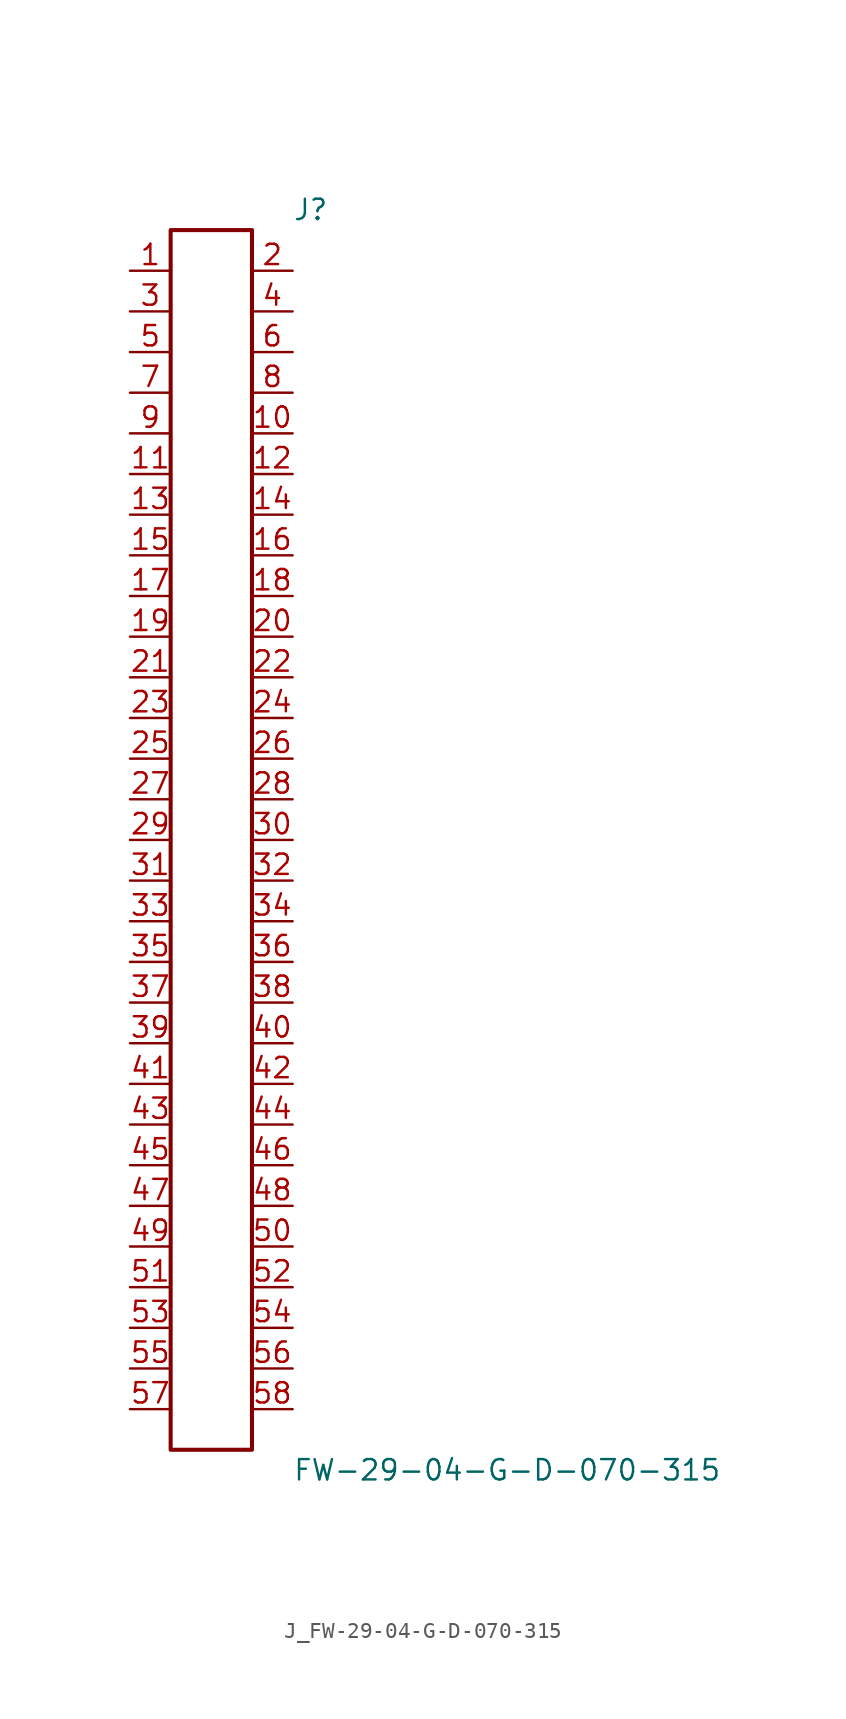
<source format=kicad_sym>
(kicad_symbol_lib
  (version 20231120)
  (generator kicad_symbol_editor)
  (generator_version 8.0)
  (symbol "J_FW-29-04-G-D-070-315"
    (pin_names
      (offset 0.254))
    (property "Reference" "J"
      (at 5.08 39.37 0)
      (effects (font (size 1.27 1.27)) (justify left)))
    (property "Value" "FW-29-04-G-D-070-315"
      (at 5.08 -39.37 0)
      (effects (font (size 1.27 1.27)) (justify left)))
    (symbol "J_FW-29-04-G-D-070-315_0_0"
      (pin passive line (at -5.08 35.56 0) (length 2.54) (name "" (effects (font (size 1.27 1.27)))) (number "1" (effects (font (size 1.27 1.27)))))
      (pin passive line (at 5.08 35.56 180) (length 2.54) (name "" (effects (font (size 1.27 1.27)))) (number "2" (effects (font (size 1.27 1.27)))))
      (pin passive line (at -5.08 33.02 0) (length 2.54) (name "" (effects (font (size 1.27 1.27)))) (number "3" (effects (font (size 1.27 1.27)))))
      (pin passive line (at 5.08 33.02 180) (length 2.54) (name "" (effects (font (size 1.27 1.27)))) (number "4" (effects (font (size 1.27 1.27)))))
      (pin passive line (at -5.08 30.48 0) (length 2.54) (name "" (effects (font (size 1.27 1.27)))) (number "5" (effects (font (size 1.27 1.27)))))
      (pin passive line (at 5.08 30.48 180) (length 2.54) (name "" (effects (font (size 1.27 1.27)))) (number "6" (effects (font (size 1.27 1.27)))))
      (pin passive line (at -5.08 27.94 0) (length 2.54) (name "" (effects (font (size 1.27 1.27)))) (number "7" (effects (font (size 1.27 1.27)))))
      (pin passive line (at 5.08 27.94 180) (length 2.54) (name "" (effects (font (size 1.27 1.27)))) (number "8" (effects (font (size 1.27 1.27)))))
      (pin passive line (at -5.08 25.4 0) (length 2.54) (name "" (effects (font (size 1.27 1.27)))) (number "9" (effects (font (size 1.27 1.27)))))
      (pin passive line (at 5.08 25.4 180) (length 2.54) (name "" (effects (font (size 1.27 1.27)))) (number "10" (effects (font (size 1.27 1.27)))))
      (pin passive line (at -5.08 22.86 0) (length 2.54) (name "" (effects (font (size 1.27 1.27)))) (number "11" (effects (font (size 1.27 1.27)))))
      (pin passive line (at 5.08 22.86 180) (length 2.54) (name "" (effects (font (size 1.27 1.27)))) (number "12" (effects (font (size 1.27 1.27)))))
      (pin passive line (at -5.08 20.32 0) (length 2.54) (name "" (effects (font (size 1.27 1.27)))) (number "13" (effects (font (size 1.27 1.27)))))
      (pin passive line (at 5.08 20.32 180) (length 2.54) (name "" (effects (font (size 1.27 1.27)))) (number "14" (effects (font (size 1.27 1.27)))))
      (pin passive line (at -5.08 17.78 0) (length 2.54) (name "" (effects (font (size 1.27 1.27)))) (number "15" (effects (font (size 1.27 1.27)))))
      (pin passive line (at 5.08 17.78 180) (length 2.54) (name "" (effects (font (size 1.27 1.27)))) (number "16" (effects (font (size 1.27 1.27)))))
      (pin passive line (at -5.08 15.24 0) (length 2.54) (name "" (effects (font (size 1.27 1.27)))) (number "17" (effects (font (size 1.27 1.27)))))
      (pin passive line (at 5.08 15.24 180) (length 2.54) (name "" (effects (font (size 1.27 1.27)))) (number "18" (effects (font (size 1.27 1.27)))))
      (pin passive line (at -5.08 12.7 0) (length 2.54) (name "" (effects (font (size 1.27 1.27)))) (number "19" (effects (font (size 1.27 1.27)))))
      (pin passive line (at 5.08 12.7 180) (length 2.54) (name "" (effects (font (size 1.27 1.27)))) (number "20" (effects (font (size 1.27 1.27)))))
      (pin passive line (at -5.08 10.16 0) (length 2.54) (name "" (effects (font (size 1.27 1.27)))) (number "21" (effects (font (size 1.27 1.27)))))
      (pin passive line (at 5.08 10.16 180) (length 2.54) (name "" (effects (font (size 1.27 1.27)))) (number "22" (effects (font (size 1.27 1.27)))))
      (pin passive line (at -5.08 7.62 0) (length 2.54) (name "" (effects (font (size 1.27 1.27)))) (number "23" (effects (font (size 1.27 1.27)))))
      (pin passive line (at 5.08 7.62 180) (length 2.54) (name "" (effects (font (size 1.27 1.27)))) (number "24" (effects (font (size 1.27 1.27)))))
      (pin passive line (at -5.08 5.08 0) (length 2.54) (name "" (effects (font (size 1.27 1.27)))) (number "25" (effects (font (size 1.27 1.27)))))
      (pin passive line (at 5.08 5.08 180) (length 2.54) (name "" (effects (font (size 1.27 1.27)))) (number "26" (effects (font (size 1.27 1.27)))))
      (pin passive line (at -5.08 2.54 0) (length 2.54) (name "" (effects (font (size 1.27 1.27)))) (number "27" (effects (font (size 1.27 1.27)))))
      (pin passive line (at 5.08 2.54 180) (length 2.54) (name "" (effects (font (size 1.27 1.27)))) (number "28" (effects (font (size 1.27 1.27)))))
      (pin passive line (at -5.08 0.0 0) (length 2.54) (name "" (effects (font (size 1.27 1.27)))) (number "29" (effects (font (size 1.27 1.27)))))
      (pin passive line (at 5.08 0.0 180) (length 2.54) (name "" (effects (font (size 1.27 1.27)))) (number "30" (effects (font (size 1.27 1.27)))))
      (pin passive line (at -5.08 -2.54 0) (length 2.54) (name "" (effects (font (size 1.27 1.27)))) (number "31" (effects (font (size 1.27 1.27)))))
      (pin passive line (at 5.08 -2.54 180) (length 2.54) (name "" (effects (font (size 1.27 1.27)))) (number "32" (effects (font (size 1.27 1.27)))))
      (pin passive line (at -5.08 -5.08 0) (length 2.54) (name "" (effects (font (size 1.27 1.27)))) (number "33" (effects (font (size 1.27 1.27)))))
      (pin passive line (at 5.08 -5.08 180) (length 2.54) (name "" (effects (font (size 1.27 1.27)))) (number "34" (effects (font (size 1.27 1.27)))))
      (pin passive line (at -5.08 -7.62 0) (length 2.54) (name "" (effects (font (size 1.27 1.27)))) (number "35" (effects (font (size 1.27 1.27)))))
      (pin passive line (at 5.08 -7.62 180) (length 2.54) (name "" (effects (font (size 1.27 1.27)))) (number "36" (effects (font (size 1.27 1.27)))))
      (pin passive line (at -5.08 -10.16 0) (length 2.54) (name "" (effects (font (size 1.27 1.27)))) (number "37" (effects (font (size 1.27 1.27)))))
      (pin passive line (at 5.08 -10.16 180) (length 2.54) (name "" (effects (font (size 1.27 1.27)))) (number "38" (effects (font (size 1.27 1.27)))))
      (pin passive line (at -5.08 -12.7 0) (length 2.54) (name "" (effects (font (size 1.27 1.27)))) (number "39" (effects (font (size 1.27 1.27)))))
      (pin passive line (at 5.08 -12.7 180) (length 2.54) (name "" (effects (font (size 1.27 1.27)))) (number "40" (effects (font (size 1.27 1.27)))))
      (pin passive line (at -5.08 -15.24 0) (length 2.54) (name "" (effects (font (size 1.27 1.27)))) (number "41" (effects (font (size 1.27 1.27)))))
      (pin passive line (at 5.08 -15.24 180) (length 2.54) (name "" (effects (font (size 1.27 1.27)))) (number "42" (effects (font (size 1.27 1.27)))))
      (pin passive line (at -5.08 -17.78 0) (length 2.54) (name "" (effects (font (size 1.27 1.27)))) (number "43" (effects (font (size 1.27 1.27)))))
      (pin passive line (at 5.08 -17.78 180) (length 2.54) (name "" (effects (font (size 1.27 1.27)))) (number "44" (effects (font (size 1.27 1.27)))))
      (pin passive line (at -5.08 -20.32 0) (length 2.54) (name "" (effects (font (size 1.27 1.27)))) (number "45" (effects (font (size 1.27 1.27)))))
      (pin passive line (at 5.08 -20.32 180) (length 2.54) (name "" (effects (font (size 1.27 1.27)))) (number "46" (effects (font (size 1.27 1.27)))))
      (pin passive line (at -5.08 -22.86 0) (length 2.54) (name "" (effects (font (size 1.27 1.27)))) (number "47" (effects (font (size 1.27 1.27)))))
      (pin passive line (at 5.08 -22.86 180) (length 2.54) (name "" (effects (font (size 1.27 1.27)))) (number "48" (effects (font (size 1.27 1.27)))))
      (pin passive line (at -5.08 -25.4 0) (length 2.54) (name "" (effects (font (size 1.27 1.27)))) (number "49" (effects (font (size 1.27 1.27)))))
      (pin passive line (at 5.08 -25.4 180) (length 2.54) (name "" (effects (font (size 1.27 1.27)))) (number "50" (effects (font (size 1.27 1.27)))))
      (pin passive line (at -5.08 -27.94 0) (length 2.54) (name "" (effects (font (size 1.27 1.27)))) (number "51" (effects (font (size 1.27 1.27)))))
      (pin passive line (at 5.08 -27.94 180) (length 2.54) (name "" (effects (font (size 1.27 1.27)))) (number "52" (effects (font (size 1.27 1.27)))))
      (pin passive line (at -5.08 -30.48 0) (length 2.54) (name "" (effects (font (size 1.27 1.27)))) (number "53" (effects (font (size 1.27 1.27)))))
      (pin passive line (at 5.08 -30.48 180) (length 2.54) (name "" (effects (font (size 1.27 1.27)))) (number "54" (effects (font (size 1.27 1.27)))))
      (pin passive line (at -5.08 -33.02 0) (length 2.54) (name "" (effects (font (size 1.27 1.27)))) (number "55" (effects (font (size 1.27 1.27)))))
      (pin passive line (at 5.08 -33.02 180) (length 2.54) (name "" (effects (font (size 1.27 1.27)))) (number "56" (effects (font (size 1.27 1.27)))))
      (pin passive line (at -5.08 -35.56 0) (length 2.54) (name "" (effects (font (size 1.27 1.27)))) (number "57" (effects (font (size 1.27 1.27)))))
      (pin passive line (at 5.08 -35.56 180) (length 2.54) (name "" (effects (font (size 1.27 1.27)))) (number "58" (effects (font (size 1.27 1.27))))))
    (symbol "J_FW-29-04-G-D-070-315_1_0"
      (rectangle (start -2.54 38.1) (end 2.54 -38.1) (stroke (width 0.254) (type solid)) (fill (type none))))))
</source>
